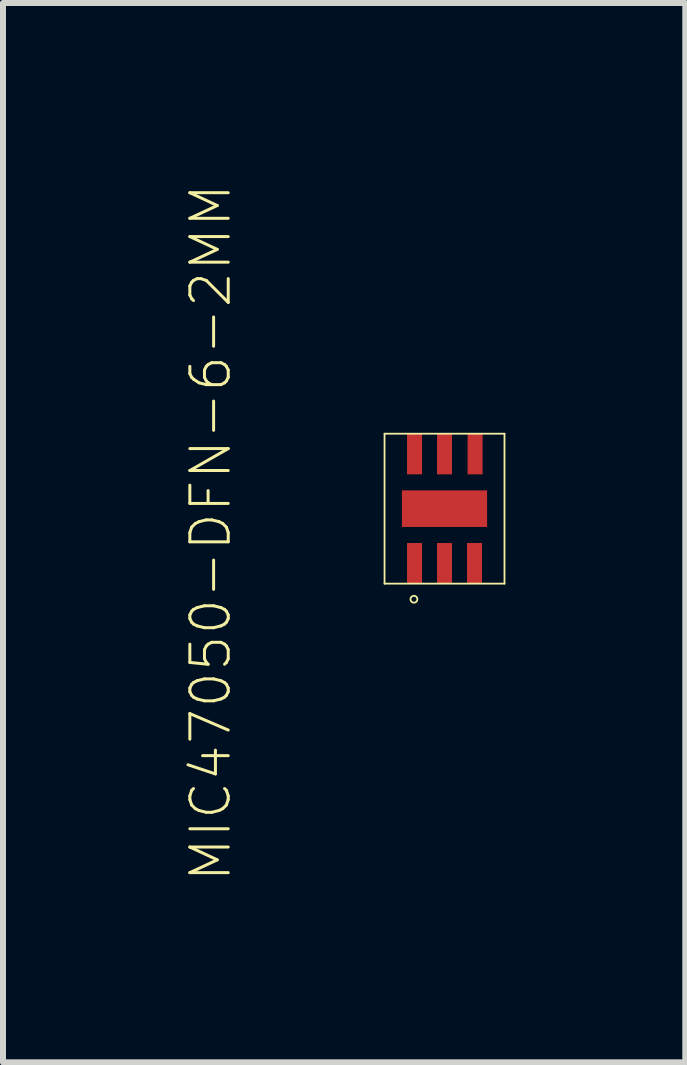
<source format=kicad_pcb>
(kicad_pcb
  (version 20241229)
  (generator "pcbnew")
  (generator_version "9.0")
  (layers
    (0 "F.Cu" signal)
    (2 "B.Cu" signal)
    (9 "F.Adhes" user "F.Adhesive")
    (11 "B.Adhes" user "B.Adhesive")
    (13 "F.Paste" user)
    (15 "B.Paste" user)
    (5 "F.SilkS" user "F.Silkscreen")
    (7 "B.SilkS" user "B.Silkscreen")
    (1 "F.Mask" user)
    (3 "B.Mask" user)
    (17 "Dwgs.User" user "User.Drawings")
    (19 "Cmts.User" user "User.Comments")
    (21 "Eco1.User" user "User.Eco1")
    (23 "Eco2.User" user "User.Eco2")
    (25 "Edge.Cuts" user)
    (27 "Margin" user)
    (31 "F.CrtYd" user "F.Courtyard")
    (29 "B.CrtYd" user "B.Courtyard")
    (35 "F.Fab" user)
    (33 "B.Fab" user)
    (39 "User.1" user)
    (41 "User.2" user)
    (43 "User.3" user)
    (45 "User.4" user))
  (footprint "MIC47050-DFN-6-2MM"
    (layer "F.Cu")
    (at 4.362 5.432)
    (property "Reference" "MIC47050-DFN-6-2MM" (at -3.9 0.4 90) (layer "F.SilkS") (effects (font (size 0.64 0.64) (thickness 0.05))))
    (attr smd)
    (fp_line (start -1 -1.25) (end -1 1.25) (stroke (width 0.03) (type solid)) (layer "F.SilkS"))
    (fp_line (start -1 1.25) (end 1 1.25) (stroke (width 0.03) (type solid)) (layer "F.SilkS"))
    (fp_line (start 1 -1.25) (end -1 -1.25) (stroke (width 0.03) (type solid)) (layer "F.SilkS"))
    (fp_line (start 1 1.25) (end 1 -1.25) (stroke (width 0.03) (type solid)) (layer "F.SilkS"))
    (fp_circle (center -0.51 1.51) (end -0.452 1.51) (stroke (width 0.03) (type solid)) (fill no) (layer "F.SilkS"))
    (pad "1" smd rect (at -0.5 0.91 90) (size 0.675 0.25) (layers "F.Cu" "F.Mask" "F.Paste"))
    (pad "2" smd rect (at 0 0.91 90) (size 0.675 0.25) (layers "F.Cu" "F.Mask" "F.Paste"))
    (pad "3" smd rect (at 0.5 0.91 90) (size 0.675 0.25) (layers "F.Cu" "F.Mask" "F.Paste"))
    (pad "4" smd rect (at 0.51 -0.91 90) (size 0.675 0.25) (layers "F.Cu" "F.Mask" "F.Paste"))
    (pad "5" smd rect (at 0 -0.91 90) (size 0.675 0.25) (layers "F.Cu" "F.Mask" "F.Paste"))
    (pad "6" smd rect (at -0.5 -0.91 90) (size 0.675 0.25) (layers "F.Cu" "F.Mask" "F.Paste"))
    (pad "7" smd rect (at 0 0 90) (size 0.61 1.42) (layers "F.Cu" "F.Mask" "F.Paste")))
  (gr_rect
    (start -3 -3)
    (end 8.377 14.664)
    (stroke (width 0.1) (type default))
    (fill no)
    (layer "Edge.Cuts")))
</source>
